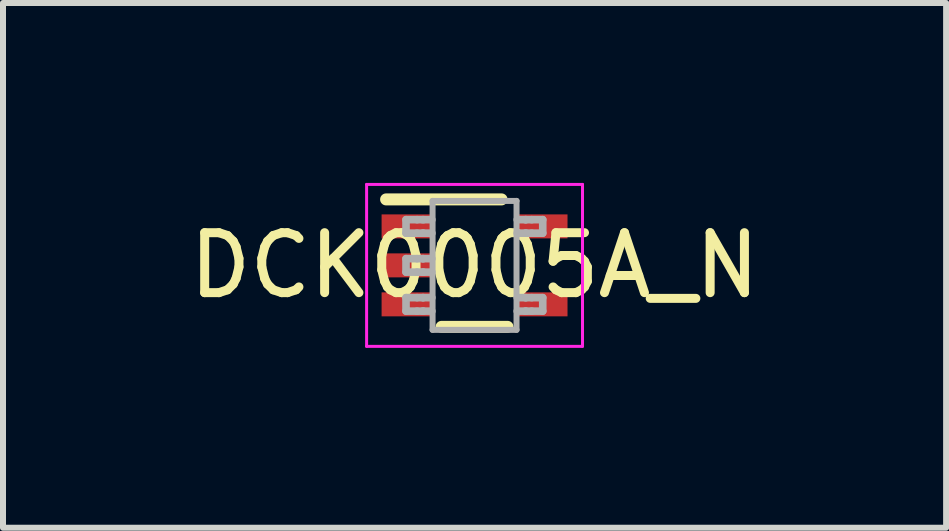
<source format=kicad_pcb>
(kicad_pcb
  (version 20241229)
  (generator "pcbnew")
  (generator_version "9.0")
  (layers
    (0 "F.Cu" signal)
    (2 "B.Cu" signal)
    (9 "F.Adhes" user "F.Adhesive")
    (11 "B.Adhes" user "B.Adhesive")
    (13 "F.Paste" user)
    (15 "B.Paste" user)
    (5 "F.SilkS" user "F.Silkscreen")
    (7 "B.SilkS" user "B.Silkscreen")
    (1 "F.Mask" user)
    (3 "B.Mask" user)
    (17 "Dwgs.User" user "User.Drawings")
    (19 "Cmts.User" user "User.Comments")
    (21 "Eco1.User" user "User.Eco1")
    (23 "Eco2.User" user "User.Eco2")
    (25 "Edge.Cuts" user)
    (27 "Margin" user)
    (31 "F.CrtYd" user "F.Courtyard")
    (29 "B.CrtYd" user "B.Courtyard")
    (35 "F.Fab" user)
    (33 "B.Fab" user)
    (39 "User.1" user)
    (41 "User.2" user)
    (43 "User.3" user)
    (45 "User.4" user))
  (footprint "DCK0005A_N"
    (layer "F.Cu")
    (at 4.863 1.375)
    (property "Reference" "DCK0005A_N" (at 0 0 0) (unlocked yes) (layer "F.SilkS") (effects (font (size 1 1) (thickness 0.15))))
    (attr smd)
    (fp_line (start -1.475 -1.1) (end 0.45 -1.1) (stroke (width 0.2) (type solid)) (layer "F.SilkS"))
    (fp_line (start -0.55 1.025) (end 0.55 1.025) (stroke (width 0.2) (type solid)) (layer "F.SilkS"))
    (fp_line (start -1.8 -1.35) (end 1.8 -1.35) (stroke (width 0.05) (type solid)) (layer "F.CrtYd"))
    (fp_line (start -1.8 1.35) (end -1.8 -1.35) (stroke (width 0.05) (type solid)) (layer "F.CrtYd"))
    (fp_line (start -1.8 1.35) (end 1.8 1.35) (stroke (width 0.05) (type solid)) (layer "F.CrtYd"))
    (fp_line (start 1.8 1.35) (end 1.8 -1.35) (stroke (width 0.05) (type solid)) (layer "F.CrtYd"))
    (fp_line (start -1.143 -0.762) (end -0.959 -0.762) (stroke (width 0.127) (type solid)) (layer "F.Fab"))
    (fp_line (start -1.143 -0.537) (end -1.143 -0.762) (stroke (width 0.127) (type solid)) (layer "F.Fab"))
    (fp_line (start -1.143 -0.537) (end -0.959 -0.537) (stroke (width 0.127) (type solid)) (layer "F.Fab"))
    (fp_line (start -1.143 -0.112) (end -0.959 -0.112) (stroke (width 0.127) (type solid)) (layer "F.Fab"))
    (fp_line (start -1.143 0.113) (end -1.143 -0.112) (stroke (width 0.127) (type solid)) (layer "F.Fab"))
    (fp_line (start -1.143 0.113) (end -0.959 0.113) (stroke (width 0.127) (type solid)) (layer "F.Fab"))
    (fp_line (start -1.143 0.538) (end -0.959 0.538) (stroke (width 0.127) (type solid)) (layer "F.Fab"))
    (fp_line (start -1.143 0.763) (end -1.143 0.538) (stroke (width 0.127) (type solid)) (layer "F.Fab"))
    (fp_line (start -1.143 0.763) (end -0.959 0.763) (stroke (width 0.127) (type solid)) (layer "F.Fab"))
    (fp_line (start -0.959 -0.762) (end -0.711 -0.762) (stroke (width 0.127) (type solid)) (layer "F.Fab"))
    (fp_line (start -0.959 -0.537) (end -0.865 -0.537) (stroke (width 0.127) (type solid)) (layer "F.Fab"))
    (fp_line (start -0.959 -0.112) (end -0.865 -0.112) (stroke (width 0.127) (type solid)) (layer "F.Fab"))
    (fp_line (start -0.959 0.113) (end -0.865 0.113) (stroke (width 0.127) (type solid)) (layer "F.Fab"))
    (fp_line (start -0.959 0.538) (end -0.865 0.538) (stroke (width 0.127) (type solid)) (layer "F.Fab"))
    (fp_line (start -0.959 0.763) (end -0.865 0.763) (stroke (width 0.127) (type solid)) (layer "F.Fab"))
    (fp_line (start -0.865 -0.762) (end -0.853 -0.762) (stroke (width 0.127) (type solid)) (layer "F.Fab"))
    (fp_line (start -0.865 -0.537) (end -0.853 -0.537) (stroke (width 0.127) (type solid)) (layer "F.Fab"))
    (fp_line (start -0.865 -0.112) (end -0.853 -0.112) (stroke (width 0.127) (type solid)) (layer "F.Fab"))
    (fp_line (start -0.865 0.113) (end -0.853 0.113) (stroke (width 0.127) (type solid)) (layer "F.Fab"))
    (fp_line (start -0.865 0.538) (end -0.853 0.538) (stroke (width 0.127) (type solid)) (layer "F.Fab"))
    (fp_line (start -0.865 0.763) (end -0.853 0.763) (stroke (width 0.127) (type solid)) (layer "F.Fab"))
    (fp_line (start -0.853 -0.537) (end -0.711 -0.537) (stroke (width 0.127) (type solid)) (layer "F.Fab"))
    (fp_line (start -0.853 -0.112) (end -0.711 -0.112) (stroke (width 0.127) (type solid)) (layer "F.Fab"))
    (fp_line (start -0.853 0.113) (end -0.711 0.113) (stroke (width 0.127) (type solid)) (layer "F.Fab"))
    (fp_line (start -0.853 0.538) (end -0.711 0.538) (stroke (width 0.127) (type solid)) (layer "F.Fab"))
    (fp_line (start -0.853 0.763) (end -0.711 0.763) (stroke (width 0.127) (type solid)) (layer "F.Fab"))
    (fp_line (start -0.7 -1.075) (end 0.7 -1.075) (stroke (width 0.1) (type solid)) (layer "F.Fab"))
    (fp_line (start -0.7 1.075) (end -0.7 -1.075) (stroke (width 0.1) (type solid)) (layer "F.Fab"))
    (fp_line (start -0.7 1.075) (end 0.7 1.075) (stroke (width 0.1) (type solid)) (layer "F.Fab"))
    (fp_line (start 0.7 1.075) (end 0.7 -1.075) (stroke (width 0.1) (type solid)) (layer "F.Fab"))
    (fp_line (start 0.711 -0.762) (end 0.847 -0.762) (stroke (width 0.127) (type solid)) (layer "F.Fab"))
    (fp_line (start 0.711 -0.537) (end 0.847 -0.537) (stroke (width 0.127) (type solid)) (layer "F.Fab"))
    (fp_line (start 0.711 0.538) (end 0.847 0.538) (stroke (width 0.127) (type solid)) (layer "F.Fab"))
    (fp_line (start 0.711 0.763) (end 0.847 0.763) (stroke (width 0.127) (type solid)) (layer "F.Fab"))
    (fp_line (start 0.847 -0.762) (end 0.859 -0.762) (stroke (width 0.127) (type solid)) (layer "F.Fab"))
    (fp_line (start 0.847 -0.537) (end 0.859 -0.537) (stroke (width 0.127) (type solid)) (layer "F.Fab"))
    (fp_line (start 0.847 0.538) (end 0.859 0.538) (stroke (width 0.127) (type solid)) (layer "F.Fab"))
    (fp_line (start 0.847 0.763) (end 0.859 0.763) (stroke (width 0.127) (type solid)) (layer "F.Fab"))
    (fp_line (start 0.859 -0.762) (end 0.953 -0.762) (stroke (width 0.127) (type solid)) (layer "F.Fab"))
    (fp_line (start 0.859 -0.537) (end 0.953 -0.537) (stroke (width 0.127) (type solid)) (layer "F.Fab"))
    (fp_line (start 0.859 0.538) (end 0.953 0.538) (stroke (width 0.127) (type solid)) (layer "F.Fab"))
    (fp_line (start 0.859 0.763) (end 0.953 0.763) (stroke (width 0.127) (type solid)) (layer "F.Fab"))
    (fp_line (start 0.953 -0.762) (end 1.137 -0.762) (stroke (width 0.127) (type solid)) (layer "F.Fab"))
    (fp_line (start 0.953 -0.537) (end 1.137 -0.537) (stroke (width 0.127) (type solid)) (layer "F.Fab"))
    (fp_line (start 0.953 0.538) (end 1.137 0.538) (stroke (width 0.127) (type solid)) (layer "F.Fab"))
    (fp_line (start 0.953 0.763) (end 1.137 0.763) (stroke (width 0.127) (type solid)) (layer "F.Fab"))
    (fp_line (start 1.137 -0.537) (end 1.137 -0.762) (stroke (width 0.127) (type solid)) (layer "F.Fab"))
    (fp_line (start 1.137 0.763) (end 1.137 0.538) (stroke (width 0.127) (type solid)) (layer "F.Fab"))
    (pad "1" smd rect (at -1.125 -0.65 90) (size 0.4 0.85) (layers "F.Cu" "F.Mask" "F.Paste"))
    (pad "2" smd rect (at -1.125 0 90) (size 0.4 0.85) (layers "F.Cu" "F.Mask" "F.Paste"))
    (pad "3" smd rect (at -1.125 0.65 90) (size 0.4 0.85) (layers "F.Cu" "F.Mask" "F.Paste"))
    (pad "4" smd rect (at 1.125 0.65 90) (size 0.4 0.85) (layers "F.Cu" "F.Mask" "F.Paste"))
    (pad "5" smd rect (at 1.125 -0.65 90) (size 0.4 0.85) (layers "F.Cu" "F.Mask" "F.Paste")))
  (gr_rect
    (start -3 -3)
    (end 12.726 5.75)
    (stroke (width 0.1) (type default))
    (fill no)
    (layer "Edge.Cuts")))
</source>
